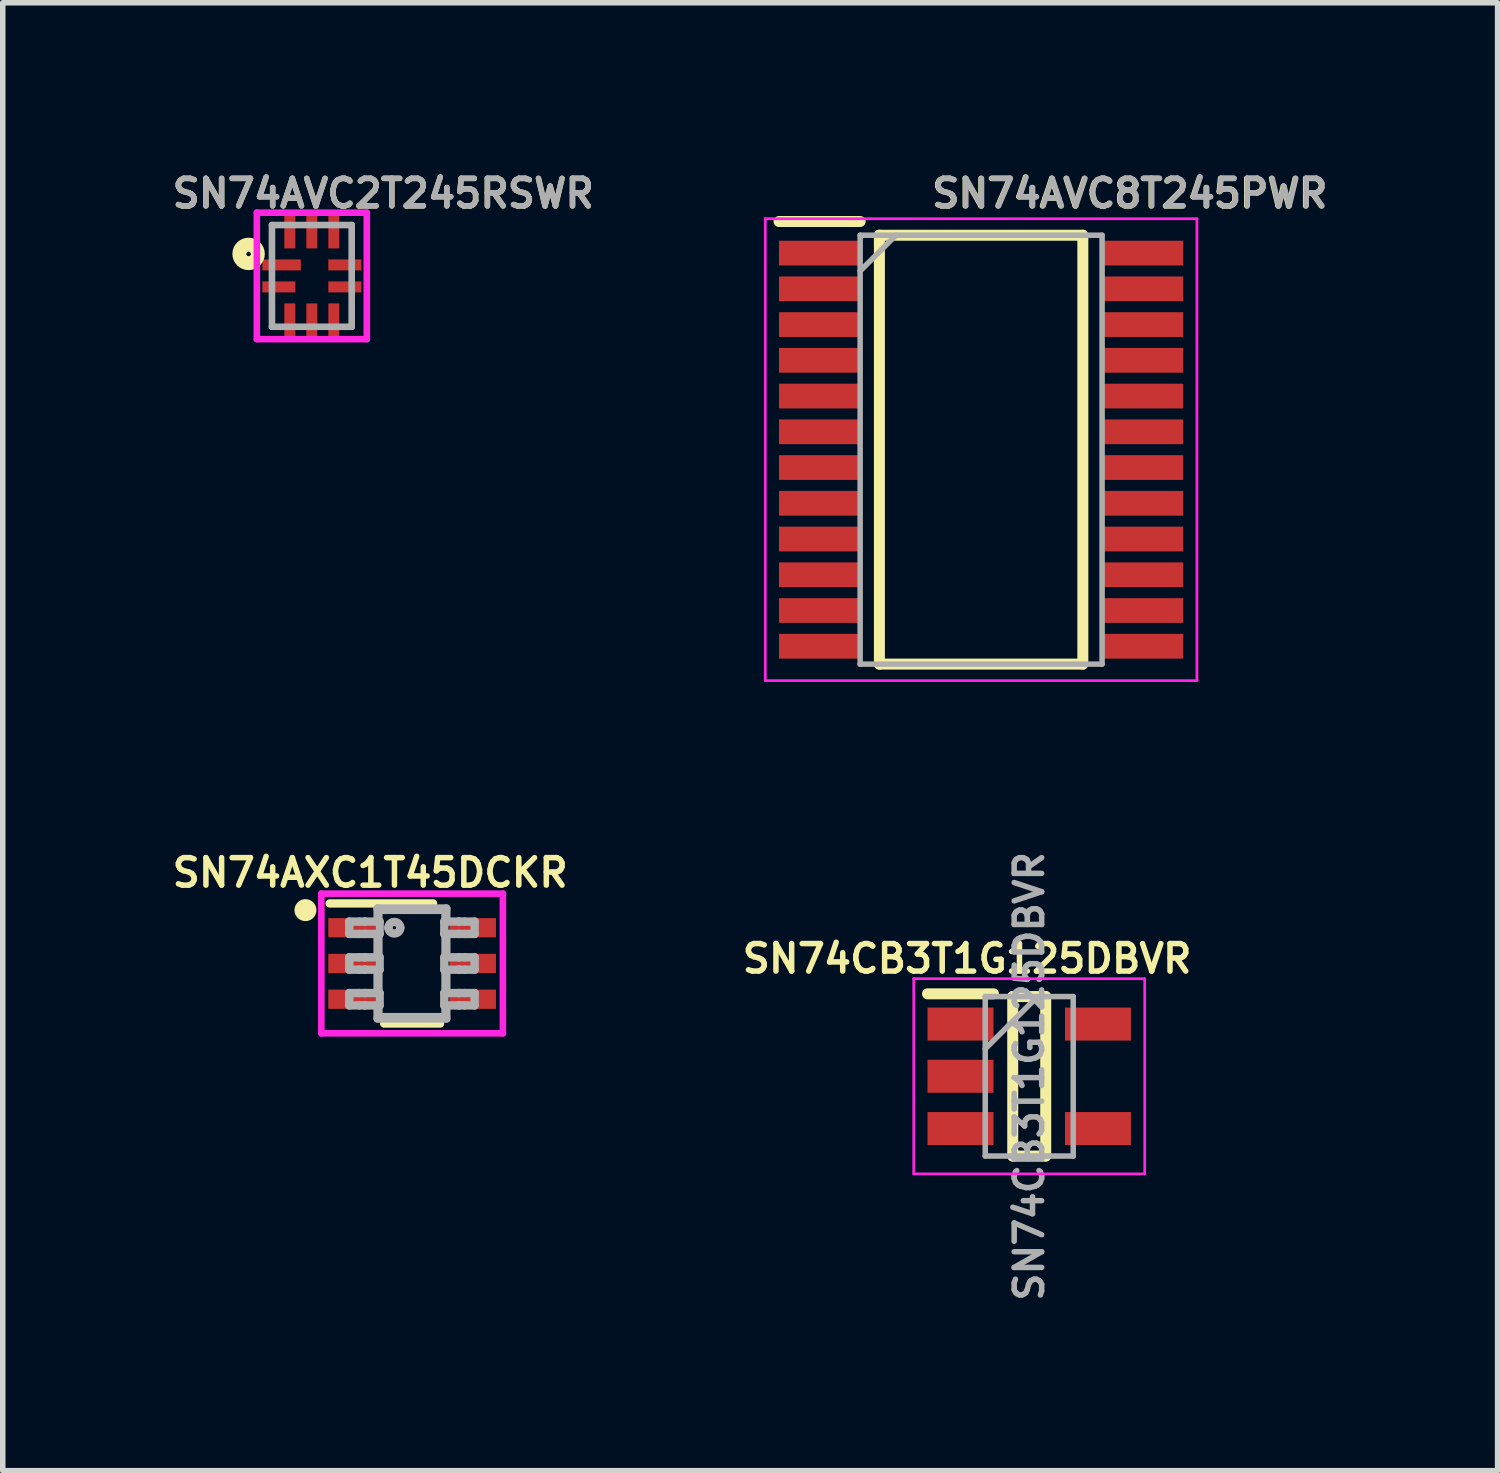
<source format=kicad_pcb>
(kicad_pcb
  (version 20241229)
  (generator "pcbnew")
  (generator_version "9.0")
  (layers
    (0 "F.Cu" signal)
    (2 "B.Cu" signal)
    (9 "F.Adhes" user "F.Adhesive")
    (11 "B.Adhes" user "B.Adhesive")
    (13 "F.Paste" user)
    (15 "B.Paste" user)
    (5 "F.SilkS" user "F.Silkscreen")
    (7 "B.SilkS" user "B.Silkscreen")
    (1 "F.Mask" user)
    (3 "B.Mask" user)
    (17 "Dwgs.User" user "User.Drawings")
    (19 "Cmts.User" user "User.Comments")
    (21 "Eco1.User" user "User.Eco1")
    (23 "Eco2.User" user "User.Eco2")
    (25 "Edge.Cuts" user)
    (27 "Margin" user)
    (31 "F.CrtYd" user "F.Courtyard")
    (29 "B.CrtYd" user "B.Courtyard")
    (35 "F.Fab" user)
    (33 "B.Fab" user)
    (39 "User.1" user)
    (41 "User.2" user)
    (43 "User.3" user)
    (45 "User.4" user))
  (footprint "SN74AXC1T45DCKR"
    (layer "F.Cu")
    (at 4.445 14.472)
    (property "Reference" "SN74AXC1T45DCKR" (at -0.762 -1.651 0) (layer "F.SilkS") (effects (font (size 0.5 0.5) (thickness 0.1))))
    (attr through_hole)
    (fp_line (start -1.499 -1.092) (end 0.381 -1.092) (stroke (width 0.152) (type solid)) (layer "F.SilkS"))
    (fp_line (start -0.508 1.092) (end 0.508 1.092) (stroke (width 0.152) (type solid)) (layer "F.SilkS"))
    (fp_circle (center -1.94 -0.97) (end -1.84 -0.97) (stroke (width 0.2) (type solid)) (fill no) (layer "F.SilkS"))
    (fp_line (start -1.651 -1.27) (end 1.651 -1.27) (stroke (width 0.12) (type solid)) (layer "F.CrtYd"))
    (fp_line (start -1.651 1.27) (end -1.651 -1.27) (stroke (width 0.12) (type solid)) (layer "F.CrtYd"))
    (fp_line (start 1.651 -1.27) (end 1.651 1.27) (stroke (width 0.12) (type solid)) (layer "F.CrtYd"))
    (fp_line (start 1.651 1.27) (end -1.651 1.27) (stroke (width 0.12) (type solid)) (layer "F.CrtYd"))
    (fp_line (start -1.143 -0.762) (end -0.959 -0.762) (stroke (width 0.152) (type solid)) (layer "F.Fab"))
    (fp_line (start -1.143 -0.537) (end -1.143 -0.762) (stroke (width 0.152) (type solid)) (layer "F.Fab"))
    (fp_line (start -1.143 -0.537) (end -0.959 -0.537) (stroke (width 0.152) (type solid)) (layer "F.Fab"))
    (fp_line (start -1.143 -0.112) (end -0.959 -0.112) (stroke (width 0.152) (type solid)) (layer "F.Fab"))
    (fp_line (start -1.143 0.113) (end -1.143 -0.112) (stroke (width 0.152) (type solid)) (layer "F.Fab"))
    (fp_line (start -1.143 0.113) (end -0.959 0.113) (stroke (width 0.152) (type solid)) (layer "F.Fab"))
    (fp_line (start -1.143 0.538) (end -0.959 0.538) (stroke (width 0.152) (type solid)) (layer "F.Fab"))
    (fp_line (start -1.143 0.763) (end -1.143 0.538) (stroke (width 0.152) (type solid)) (layer "F.Fab"))
    (fp_line (start -1.143 0.763) (end -0.959 0.763) (stroke (width 0.152) (type solid)) (layer "F.Fab"))
    (fp_line (start -0.959 -0.762) (end -0.865 -0.762) (stroke (width 0.152) (type solid)) (layer "F.Fab"))
    (fp_line (start -0.959 -0.537) (end -0.865 -0.537) (stroke (width 0.152) (type solid)) (layer "F.Fab"))
    (fp_line (start -0.959 -0.112) (end -0.865 -0.112) (stroke (width 0.152) (type solid)) (layer "F.Fab"))
    (fp_line (start -0.959 0.113) (end -0.865 0.113) (stroke (width 0.152) (type solid)) (layer "F.Fab"))
    (fp_line (start -0.959 0.538) (end -0.865 0.538) (stroke (width 0.152) (type solid)) (layer "F.Fab"))
    (fp_line (start -0.959 0.763) (end -0.865 0.763) (stroke (width 0.152) (type solid)) (layer "F.Fab"))
    (fp_line (start -0.865 -0.762) (end -0.853 -0.762) (stroke (width 0.152) (type solid)) (layer "F.Fab"))
    (fp_line (start -0.865 -0.537) (end -0.853 -0.537) (stroke (width 0.152) (type solid)) (layer "F.Fab"))
    (fp_line (start -0.865 -0.112) (end -0.853 -0.112) (stroke (width 0.152) (type solid)) (layer "F.Fab"))
    (fp_line (start -0.865 0.113) (end -0.853 0.113) (stroke (width 0.152) (type solid)) (layer "F.Fab"))
    (fp_line (start -0.865 0.538) (end -0.853 0.538) (stroke (width 0.152) (type solid)) (layer "F.Fab"))
    (fp_line (start -0.865 0.763) (end -0.853 0.763) (stroke (width 0.152) (type solid)) (layer "F.Fab"))
    (fp_line (start -0.853 -0.762) (end -0.628 -0.762) (stroke (width 0.152) (type solid)) (layer "F.Fab"))
    (fp_line (start -0.853 -0.537) (end -0.628 -0.537) (stroke (width 0.152) (type solid)) (layer "F.Fab"))
    (fp_line (start -0.853 -0.112) (end -0.628 -0.112) (stroke (width 0.152) (type solid)) (layer "F.Fab"))
    (fp_line (start -0.853 0.113) (end -0.628 0.113) (stroke (width 0.152) (type solid)) (layer "F.Fab"))
    (fp_line (start -0.853 0.538) (end -0.628 0.538) (stroke (width 0.152) (type solid)) (layer "F.Fab"))
    (fp_line (start -0.853 0.763) (end -0.628 0.763) (stroke (width 0.152) (type solid)) (layer "F.Fab"))
    (fp_line (start -0.628 -0.999) (end 0.622 -0.999) (stroke (width 0.152) (type solid)) (layer "F.Fab"))
    (fp_line (start -0.628 -0.762) (end -0.628 -0.999) (stroke (width 0.152) (type solid)) (layer "F.Fab"))
    (fp_line (start -0.628 -0.762) (end -0.591 -0.762) (stroke (width 0.152) (type solid)) (layer "F.Fab"))
    (fp_line (start -0.628 -0.537) (end -0.591 -0.537) (stroke (width 0.152) (type solid)) (layer "F.Fab"))
    (fp_line (start -0.628 -0.112) (end -0.628 -0.537) (stroke (width 0.152) (type solid)) (layer "F.Fab"))
    (fp_line (start -0.628 -0.112) (end -0.591 -0.112) (stroke (width 0.152) (type solid)) (layer "F.Fab"))
    (fp_line (start -0.628 0.113) (end -0.591 0.113) (stroke (width 0.152) (type solid)) (layer "F.Fab"))
    (fp_line (start -0.628 0.538) (end -0.628 0.113) (stroke (width 0.152) (type solid)) (layer "F.Fab"))
    (fp_line (start -0.628 0.538) (end -0.591 0.538) (stroke (width 0.152) (type solid)) (layer "F.Fab"))
    (fp_line (start -0.628 0.763) (end -0.591 0.763) (stroke (width 0.152) (type solid)) (layer "F.Fab"))
    (fp_line (start -0.628 1.001) (end -0.628 0.763) (stroke (width 0.152) (type solid)) (layer "F.Fab"))
    (fp_line (start -0.628 1.001) (end 0.622 1.001) (stroke (width 0.152) (type solid)) (layer "F.Fab"))
    (fp_line (start -0.613 -0.974) (end 0.607 -0.974) (stroke (width 0.152) (type solid)) (layer "F.Fab"))
    (fp_line (start -0.613 -0.762) (end -0.613 -0.974) (stroke (width 0.152) (type solid)) (layer "F.Fab"))
    (fp_line (start -0.613 -0.112) (end -0.613 -0.537) (stroke (width 0.152) (type solid)) (layer "F.Fab"))
    (fp_line (start -0.613 0.538) (end -0.613 0.113) (stroke (width 0.152) (type solid)) (layer "F.Fab"))
    (fp_line (start -0.613 0.976) (end -0.613 0.763) (stroke (width 0.152) (type solid)) (layer "F.Fab"))
    (fp_line (start -0.613 0.976) (end 0.607 0.976) (stroke (width 0.152) (type solid)) (layer "F.Fab"))
    (fp_line (start -0.591 -0.537) (end -0.591 -0.762) (stroke (width 0.152) (type solid)) (layer "F.Fab"))
    (fp_line (start -0.591 0.113) (end -0.591 -0.112) (stroke (width 0.152) (type solid)) (layer "F.Fab"))
    (fp_line (start -0.591 0.763) (end -0.591 0.538) (stroke (width 0.152) (type solid)) (layer "F.Fab"))
    (fp_line (start 0.585 -0.762) (end 0.622 -0.762) (stroke (width 0.152) (type solid)) (layer "F.Fab"))
    (fp_line (start 0.585 -0.537) (end 0.585 -0.762) (stroke (width 0.152) (type solid)) (layer "F.Fab"))
    (fp_line (start 0.585 -0.537) (end 0.622 -0.537) (stroke (width 0.152) (type solid)) (layer "F.Fab"))
    (fp_line (start 0.585 -0.112) (end 0.622 -0.112) (stroke (width 0.152) (type solid)) (layer "F.Fab"))
    (fp_line (start 0.585 0.113) (end 0.585 -0.112) (stroke (width 0.152) (type solid)) (layer "F.Fab"))
    (fp_line (start 0.585 0.113) (end 0.622 0.113) (stroke (width 0.152) (type solid)) (layer "F.Fab"))
    (fp_line (start 0.585 0.538) (end 0.622 0.538) (stroke (width 0.152) (type solid)) (layer "F.Fab"))
    (fp_line (start 0.585 0.763) (end 0.585 0.538) (stroke (width 0.152) (type solid)) (layer "F.Fab"))
    (fp_line (start 0.585 0.763) (end 0.622 0.763) (stroke (width 0.152) (type solid)) (layer "F.Fab"))
    (fp_line (start 0.607 -0.762) (end 0.607 -0.974) (stroke (width 0.152) (type solid)) (layer "F.Fab"))
    (fp_line (start 0.607 -0.112) (end 0.607 -0.537) (stroke (width 0.152) (type solid)) (layer "F.Fab"))
    (fp_line (start 0.607 0.538) (end 0.607 0.113) (stroke (width 0.152) (type solid)) (layer "F.Fab"))
    (fp_line (start 0.607 0.976) (end 0.607 0.763) (stroke (width 0.152) (type solid)) (layer "F.Fab"))
    (fp_line (start 0.622 -0.762) (end 0.622 -0.999) (stroke (width 0.152) (type solid)) (layer "F.Fab"))
    (fp_line (start 0.622 -0.762) (end 0.847 -0.762) (stroke (width 0.152) (type solid)) (layer "F.Fab"))
    (fp_line (start 0.622 -0.537) (end 0.847 -0.537) (stroke (width 0.152) (type solid)) (layer "F.Fab"))
    (fp_line (start 0.622 -0.112) (end 0.622 -0.537) (stroke (width 0.152) (type solid)) (layer "F.Fab"))
    (fp_line (start 0.622 -0.112) (end 0.847 -0.112) (stroke (width 0.152) (type solid)) (layer "F.Fab"))
    (fp_line (start 0.622 0.113) (end 0.847 0.113) (stroke (width 0.152) (type solid)) (layer "F.Fab"))
    (fp_line (start 0.622 0.538) (end 0.622 0.113) (stroke (width 0.152) (type solid)) (layer "F.Fab"))
    (fp_line (start 0.622 0.538) (end 0.847 0.538) (stroke (width 0.152) (type solid)) (layer "F.Fab"))
    (fp_line (start 0.622 0.763) (end 0.847 0.763) (stroke (width 0.152) (type solid)) (layer "F.Fab"))
    (fp_line (start 0.622 1.001) (end 0.622 0.763) (stroke (width 0.152) (type solid)) (layer "F.Fab"))
    (fp_line (start 0.847 -0.762) (end 0.859 -0.762) (stroke (width 0.152) (type solid)) (layer "F.Fab"))
    (fp_line (start 0.847 -0.537) (end 0.859 -0.537) (stroke (width 0.152) (type solid)) (layer "F.Fab"))
    (fp_line (start 0.847 -0.112) (end 0.859 -0.112) (stroke (width 0.152) (type solid)) (layer "F.Fab"))
    (fp_line (start 0.847 0.113) (end 0.859 0.113) (stroke (width 0.152) (type solid)) (layer "F.Fab"))
    (fp_line (start 0.847 0.538) (end 0.859 0.538) (stroke (width 0.152) (type solid)) (layer "F.Fab"))
    (fp_line (start 0.847 0.763) (end 0.859 0.763) (stroke (width 0.152) (type solid)) (layer "F.Fab"))
    (fp_line (start 0.859 -0.762) (end 0.953 -0.762) (stroke (width 0.152) (type solid)) (layer "F.Fab"))
    (fp_line (start 0.859 -0.537) (end 0.953 -0.537) (stroke (width 0.152) (type solid)) (layer "F.Fab"))
    (fp_line (start 0.859 -0.112) (end 0.953 -0.112) (stroke (width 0.152) (type solid)) (layer "F.Fab"))
    (fp_line (start 0.859 0.113) (end 0.953 0.113) (stroke (width 0.152) (type solid)) (layer "F.Fab"))
    (fp_line (start 0.859 0.538) (end 0.953 0.538) (stroke (width 0.152) (type solid)) (layer "F.Fab"))
    (fp_line (start 0.859 0.763) (end 0.953 0.763) (stroke (width 0.152) (type solid)) (layer "F.Fab"))
    (fp_line (start 0.953 -0.762) (end 1.137 -0.762) (stroke (width 0.152) (type solid)) (layer "F.Fab"))
    (fp_line (start 0.953 -0.537) (end 1.137 -0.537) (stroke (width 0.152) (type solid)) (layer "F.Fab"))
    (fp_line (start 0.953 -0.112) (end 1.137 -0.112) (stroke (width 0.152) (type solid)) (layer "F.Fab"))
    (fp_line (start 0.953 0.113) (end 1.137 0.113) (stroke (width 0.152) (type solid)) (layer "F.Fab"))
    (fp_line (start 0.953 0.538) (end 1.137 0.538) (stroke (width 0.152) (type solid)) (layer "F.Fab"))
    (fp_line (start 0.953 0.763) (end 1.137 0.763) (stroke (width 0.152) (type solid)) (layer "F.Fab"))
    (fp_line (start 1.137 -0.537) (end 1.137 -0.762) (stroke (width 0.152) (type solid)) (layer "F.Fab"))
    (fp_line (start 1.137 0.113) (end 1.137 -0.112) (stroke (width 0.152) (type solid)) (layer "F.Fab"))
    (fp_line (start 1.137 0.763) (end 1.137 0.538) (stroke (width 0.152) (type solid)) (layer "F.Fab"))
    (fp_arc (start -0.431546 -0.650138) (mid -0.323177 -0.758507) (end -0.214808 -0.650138) (stroke (width 0.1524) (type solid)) (layer "F.Fab"))
    (fp_arc (start -0.214808 -0.650138) (mid -0.323177 -0.541769) (end -0.431546 -0.650138) (stroke (width 0.1524) (type solid)) (layer "F.Fab"))
    (pad "1" smd rect (at -1.1 -0.65 90) (size 0.35 0.85) (layers "F.Cu" "F.Mask" "F.Paste"))
    (pad "2" smd rect (at -1.1 0 90) (size 0.35 0.85) (layers "F.Cu" "F.Mask" "F.Paste"))
    (pad "3" smd rect (at -1.1 0.65 90) (size 0.35 0.85) (layers "F.Cu" "F.Mask" "F.Paste"))
    (pad "4" smd rect (at 1.1 0.65 90) (size 0.35 0.85) (layers "F.Cu" "F.Mask" "F.Paste"))
    (pad "5" smd rect (at 1.1 0 90) (size 0.35 0.85) (layers "F.Cu" "F.Mask" "F.Paste"))
    (pad "6" smd rect (at 1.1 -0.65 90) (size 0.35 0.85) (layers "F.Cu" "F.Mask" "F.Paste")))
  (footprint "SN74CB3T1G125DBVR"
    (layer "F.Cu")
    (at 15.668 16.524)
    (property "Reference" "SN74CB3T1G125DBVR" (at -1.13 -2.14 0) (layer "F.SilkS") (effects (font (size 0.5 0.5) (thickness 0.1))))
    (attr smd)
    (fp_line (start -1.85 -1.5) (end -0.65 -1.5) (stroke (width 0.2) (type solid)) (layer "F.SilkS"))
    (fp_line (start -0.3 -1.45) (end 0.3 -1.45) (stroke (width 0.2) (type solid)) (layer "F.SilkS"))
    (fp_line (start -0.3 1.45) (end -0.3 -1.45) (stroke (width 0.2) (type solid)) (layer "F.SilkS"))
    (fp_line (start 0.3 -1.45) (end 0.3 1.45) (stroke (width 0.2) (type solid)) (layer "F.SilkS"))
    (fp_line (start 0.3 1.45) (end -0.3 1.45) (stroke (width 0.2) (type solid)) (layer "F.SilkS"))
    (fp_line (start -2.1 -1.775) (end 2.1 -1.775) (stroke (width 0.05) (type solid)) (layer "F.CrtYd"))
    (fp_line (start -2.1 1.775) (end -2.1 -1.775) (stroke (width 0.05) (type solid)) (layer "F.CrtYd"))
    (fp_line (start 2.1 -1.775) (end 2.1 1.775) (stroke (width 0.05) (type solid)) (layer "F.CrtYd"))
    (fp_line (start 2.1 1.775) (end -2.1 1.775) (stroke (width 0.05) (type solid)) (layer "F.CrtYd"))
    (fp_line (start -0.8 -1.45) (end 0.8 -1.45) (stroke (width 0.1) (type solid)) (layer "F.Fab"))
    (fp_line (start -0.8 -0.5) (end 0.15 -1.45) (stroke (width 0.1) (type solid)) (layer "F.Fab"))
    (fp_line (start -0.8 1.45) (end -0.8 -1.45) (stroke (width 0.1) (type solid)) (layer "F.Fab"))
    (fp_line (start 0.8 -1.45) (end 0.8 1.45) (stroke (width 0.1) (type solid)) (layer "F.Fab"))
    (fp_line (start 0.8 1.45) (end -0.8 1.45) (stroke (width 0.1) (type solid)) (layer "F.Fab"))
    (fp_text user "${REFERENCE}" (at 0 0 90) (layer "F.Fab") (effects (font (size 0.5 0.5) (thickness 0.1))))
    (pad "1" smd rect (at -1.25 -0.95 90) (size 0.6 1.2) (layers "F.Cu" "F.Mask" "F.Paste"))
    (pad "2" smd rect (at -1.25 0 90) (size 0.6 1.2) (layers "F.Cu" "F.Mask" "F.Paste"))
    (pad "3" smd rect (at -1.25 0.95 90) (size 0.6 1.2) (layers "F.Cu" "F.Mask" "F.Paste"))
    (pad "4" smd rect (at 1.25 0.95 90) (size 0.6 1.2) (layers "F.Cu" "F.Mask" "F.Paste"))
    (pad "5" smd rect (at 1.25 -0.95 90) (size 0.6 1.2) (layers "F.Cu" "F.Mask" "F.Paste")))
  (footprint "SN74AVC8T245PWR"
    (layer "F.Cu")
    (at 14.793 5.128)
    (property "Reference" "SN74AVC8T245PWR" (at 2.7 -4.66 0) (layer "F.SilkS") (effects (font (size 0.5 0.5) (thickness 0.1))))
    (attr smd)
    (fp_line (start -3.675 -4.15) (end -2.2 -4.15) (stroke (width 0.2) (type solid)) (layer "F.SilkS"))
    (fp_line (start -1.85 -3.9) (end 1.85 -3.9) (stroke (width 0.2) (type solid)) (layer "F.SilkS"))
    (fp_line (start -1.85 3.9) (end -1.85 -3.9) (stroke (width 0.2) (type solid)) (layer "F.SilkS"))
    (fp_line (start 1.85 -3.9) (end 1.85 3.9) (stroke (width 0.2) (type solid)) (layer "F.SilkS"))
    (fp_line (start 1.85 3.9) (end -1.85 3.9) (stroke (width 0.2) (type solid)) (layer "F.SilkS"))
    (fp_line (start -3.925 -4.2) (end 3.925 -4.2) (stroke (width 0.05) (type solid)) (layer "F.CrtYd"))
    (fp_line (start -3.925 4.2) (end -3.925 -4.2) (stroke (width 0.05) (type solid)) (layer "F.CrtYd"))
    (fp_line (start 3.925 -4.2) (end 3.925 4.2) (stroke (width 0.05) (type solid)) (layer "F.CrtYd"))
    (fp_line (start 3.925 4.2) (end -3.925 4.2) (stroke (width 0.05) (type solid)) (layer "F.CrtYd"))
    (fp_line (start -2.2 -3.9) (end 2.2 -3.9) (stroke (width 0.1) (type solid)) (layer "F.Fab"))
    (fp_line (start -2.2 -3.25) (end -1.55 -3.9) (stroke (width 0.1) (type solid)) (layer "F.Fab"))
    (fp_line (start -2.2 3.9) (end -2.2 -3.9) (stroke (width 0.1) (type solid)) (layer "F.Fab"))
    (fp_line (start 2.2 -3.9) (end 2.2 3.9) (stroke (width 0.1) (type solid)) (layer "F.Fab"))
    (fp_line (start 2.2 3.9) (end -2.2 3.9) (stroke (width 0.1) (type solid)) (layer "F.Fab"))
    (fp_text user "${REFERENCE}" (at 2.71 -4.66 0) (layer "F.Fab") (effects (font (size 0.5 0.5) (thickness 0.1))))
    (pad "1" smd rect (at -2.938 -3.575 90) (size 0.45 1.475) (layers "F.Cu" "F.Mask" "F.Paste"))
    (pad "2" smd rect (at -2.938 -2.925 90) (size 0.45 1.475) (layers "F.Cu" "F.Mask" "F.Paste"))
    (pad "3" smd rect (at -2.938 -2.275 90) (size 0.45 1.475) (layers "F.Cu" "F.Mask" "F.Paste"))
    (pad "4" smd rect (at -2.938 -1.625 90) (size 0.45 1.475) (layers "F.Cu" "F.Mask" "F.Paste"))
    (pad "5" smd rect (at -2.938 -0.975 90) (size 0.45 1.475) (layers "F.Cu" "F.Mask" "F.Paste"))
    (pad "6" smd rect (at -2.938 -0.325 90) (size 0.45 1.475) (layers "F.Cu" "F.Mask" "F.Paste"))
    (pad "7" smd rect (at -2.938 0.325 90) (size 0.45 1.475) (layers "F.Cu" "F.Mask" "F.Paste"))
    (pad "8" smd rect (at -2.938 0.975 90) (size 0.45 1.475) (layers "F.Cu" "F.Mask" "F.Paste"))
    (pad "9" smd rect (at -2.938 1.625 90) (size 0.45 1.475) (layers "F.Cu" "F.Mask" "F.Paste"))
    (pad "10" smd rect (at -2.938 2.275 90) (size 0.45 1.475) (layers "F.Cu" "F.Mask" "F.Paste"))
    (pad "11" smd rect (at -2.938 2.925 90) (size 0.45 1.475) (layers "F.Cu" "F.Mask" "F.Paste"))
    (pad "12" smd rect (at -2.938 3.575 90) (size 0.45 1.475) (layers "F.Cu" "F.Mask" "F.Paste"))
    (pad "13" smd rect (at 2.938 3.575 90) (size 0.45 1.475) (layers "F.Cu" "F.Mask" "F.Paste"))
    (pad "14" smd rect (at 2.938 2.925 90) (size 0.45 1.475) (layers "F.Cu" "F.Mask" "F.Paste"))
    (pad "15" smd rect (at 2.938 2.275 90) (size 0.45 1.475) (layers "F.Cu" "F.Mask" "F.Paste"))
    (pad "16" smd rect (at 2.938 1.625 90) (size 0.45 1.475) (layers "F.Cu" "F.Mask" "F.Paste"))
    (pad "17" smd rect (at 2.938 0.975 90) (size 0.45 1.475) (layers "F.Cu" "F.Mask" "F.Paste"))
    (pad "18" smd rect (at 2.938 0.325 90) (size 0.45 1.475) (layers "F.Cu" "F.Mask" "F.Paste"))
    (pad "19" smd rect (at 2.938 -0.325 90) (size 0.45 1.475) (layers "F.Cu" "F.Mask" "F.Paste"))
    (pad "20" smd rect (at 2.938 -0.975 90) (size 0.45 1.475) (layers "F.Cu" "F.Mask" "F.Paste"))
    (pad "21" smd rect (at 2.938 -1.625 90) (size 0.45 1.475) (layers "F.Cu" "F.Mask" "F.Paste"))
    (pad "22" smd rect (at 2.938 -2.275 90) (size 0.45 1.475) (layers "F.Cu" "F.Mask" "F.Paste"))
    (pad "23" smd rect (at 2.938 -2.925 90) (size 0.45 1.475) (layers "F.Cu" "F.Mask" "F.Paste"))
    (pad "24" smd rect (at 2.938 -3.575 90) (size 0.45 1.475) (layers "F.Cu" "F.Mask" "F.Paste")))
  (footprint "SN74AVC2T245RSWR"
    (layer "F.Cu")
    (at 2.621 1.968)
    (property "Reference" "SN74AVC2T245RSWR" (at 1.3 -1.5 0) (layer "F.SilkS") (effects (font (size 0.5 0.5) (thickness 0.1))))
    (attr smd)
    (fp_circle (center -1.15 -0.4) (end -1.191 -0.4) (stroke (width 0.254) (type solid)) (fill no) (layer "F.SilkS"))
    (fp_line (start -1 -1.15) (end 1 -1.15) (stroke (width 0.12) (type solid)) (layer "F.CrtYd"))
    (fp_line (start -1 1.15) (end -1 -1.15) (stroke (width 0.12) (type solid)) (layer "F.CrtYd"))
    (fp_line (start 1 -1.15) (end 1 1.15) (stroke (width 0.12) (type solid)) (layer "F.CrtYd"))
    (fp_line (start 1 1.15) (end -1 1.15) (stroke (width 0.12) (type solid)) (layer "F.CrtYd"))
    (fp_line (start -0.725 -0.925) (end 0.725 -0.925) (stroke (width 0.12) (type solid)) (layer "F.Fab"))
    (fp_line (start -0.725 0.925) (end -0.725 -0.925) (stroke (width 0.12) (type solid)) (layer "F.Fab"))
    (fp_line (start 0.725 -0.925) (end 0.725 0.925) (stroke (width 0.12) (type solid)) (layer "F.Fab"))
    (fp_line (start 0.725 0.925) (end -0.725 0.925) (stroke (width 0.12) (type solid)) (layer "F.Fab"))
    (fp_text user "${REFERENCE}" (at 1.3 -1.5 0) (layer "F.Fab") (effects (font (size 0.5 0.5) (thickness 0.1))))
    (pad "1" smd rect (at -0.55 -0.2) (size 0.7 0.2) (layers "F.Cu" "F.Mask" "F.Paste"))
    (pad "2" smd rect (at -0.6 0.2) (size 0.6 0.2) (layers "F.Cu" "F.Mask" "F.Paste"))
    (pad "3" smd rect (at -0.4 0.8) (size 0.2 0.6) (layers "F.Cu" "F.Mask" "F.Paste"))
    (pad "4" smd rect (at 0 0.8) (size 0.2 0.6) (layers "F.Cu" "F.Mask" "F.Paste"))
    (pad "5" smd rect (at 0.4 0.8) (size 0.2 0.6) (layers "F.Cu" "F.Mask" "F.Paste"))
    (pad "6" smd rect (at 0.6 0.2) (size 0.6 0.2) (layers "F.Cu" "F.Mask" "F.Paste"))
    (pad "7" smd rect (at 0.6 -0.2) (size 0.6 0.2) (layers "F.Cu" "F.Mask" "F.Paste"))
    (pad "8" smd rect (at 0.4 -0.8) (size 0.2 0.6) (layers "F.Cu" "F.Mask" "F.Paste"))
    (pad "9" smd rect (at 0 -0.8) (size 0.2 0.6) (layers "F.Cu" "F.Mask" "F.Paste"))
    (pad "10" smd rect (at -0.4 -0.8) (size 0.2 0.6) (layers "F.Cu" "F.Mask" "F.Paste")))
  (gr_rect
    (start -3 -3)
    (end 24.186 23.696)
    (stroke (width 0.1) (type default))
    (fill no)
    (layer "Edge.Cuts")))
</source>
